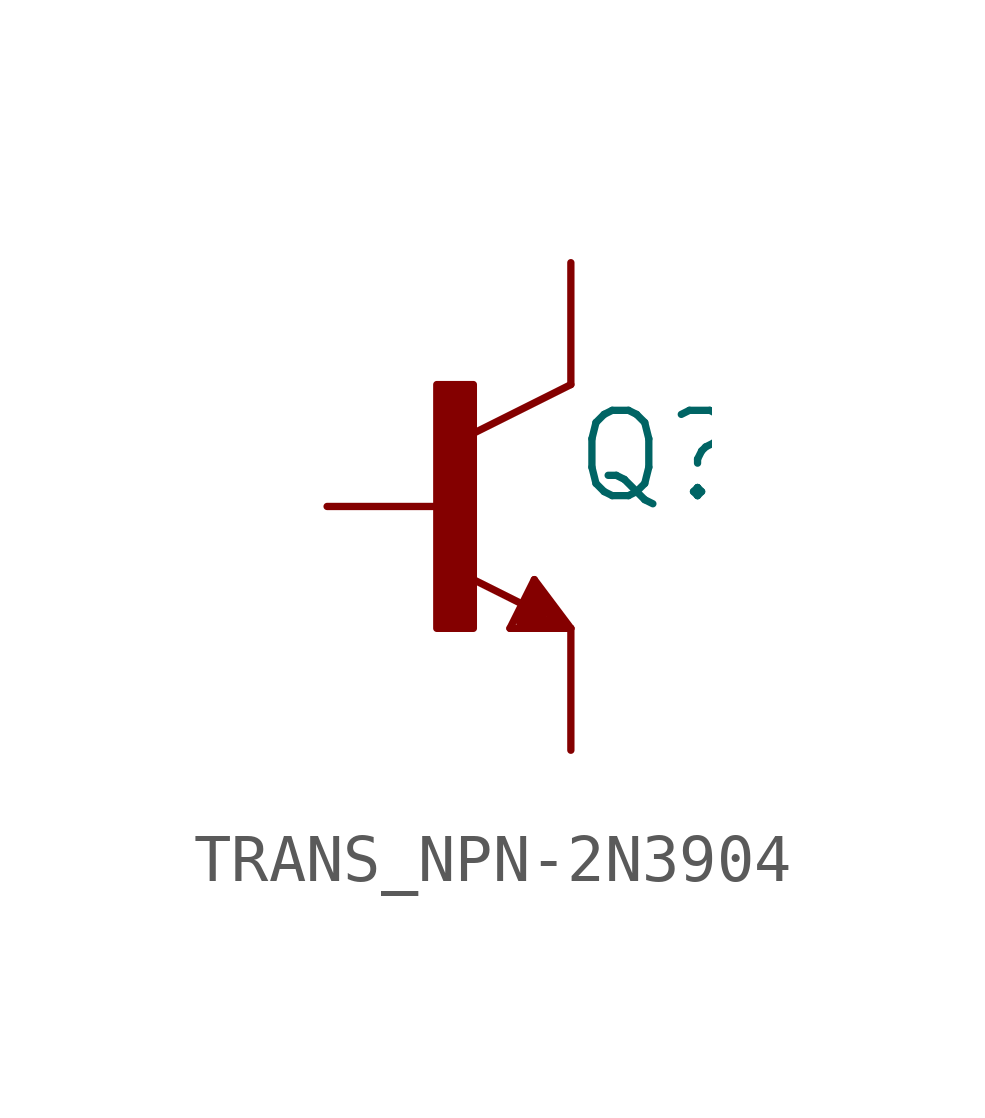
<source format=kicad_sym>
(kicad_symbol_lib
  (version 20241209)
  (generator "kicad_symbol_editor")
  (generator_version "9.0")
  (symbol "TRANS_NPN-2N3904"
    (property "Reference" "Q"
      (at 2.54 0 0)
      (effects (font (size 1.778 1.778)) (justify left bottom)))
    (property "Value" ""
      (at 2.54 -2.286 0)
      (effects (font (size 1.778 1.778)) (justify left bottom)))
    (property "ki_locked" ""
      (at 0 0 0)
      (effects (font (size 1.27 1.27))))
    (symbol "TRANS_NPN-2N3904_1_0"
      (rectangle (start -0.254 -2.54) (end 0.508 2.54) (stroke (width 0) (type default)) (fill (type outline)))
      (polyline (pts (xy 1.27 -2.54) (xy 1.778 -1.524)) (stroke (width 0.152) (type solid)) (fill (type none)))
      (polyline (pts (xy 1.524 -2.286) (xy 1.905 -2.286)) (stroke (width 0.254) (type solid)) (fill (type none)))
      (polyline (pts (xy 1.524 -2.413) (xy 2.286 -2.413)) (stroke (width 0.254) (type solid)) (fill (type none)))
      (polyline (pts (xy 1.54 -2.04) (xy 0.308 -1.424)) (stroke (width 0.152) (type solid)) (fill (type none)))
      (polyline (pts (xy 1.778 -1.524) (xy 2.54 -2.54)) (stroke (width 0.152) (type solid)) (fill (type none)))
      (polyline (pts (xy 1.778 -1.778) (xy 1.524 -2.286)) (stroke (width 0.254) (type solid)) (fill (type none)))
      (polyline (pts (xy 1.905 -2.286) (xy 1.778 -2.032)) (stroke (width 0.254) (type solid)) (fill (type none)))
      (polyline (pts (xy 2.286 -2.413) (xy 1.778 -1.778)) (stroke (width 0.254) (type solid)) (fill (type none)))
      (polyline (pts (xy 2.54 2.54) (xy 0.508 1.524)) (stroke (width 0.152) (type solid)) (fill (type none)))
      (polyline (pts (xy 2.54 -2.54) (xy 1.27 -2.54)) (stroke (width 0.152) (type solid)) (fill (type none)))
      (pin passive line (at -2.54 0 0) (length 2.54) (name "B" (effects (font (size 0 0)))) (number "2" (effects (font (size 0 0)))))
      (pin passive line (at 2.54 5.08 270) (length 2.54) (name "C" (effects (font (size 0 0)))) (number "3" (effects (font (size 0 0)))))
      (pin passive line (at 2.54 -5.08 90) (length 2.54) (name "E" (effects (font (size 0 0)))) (number "1" (effects (font (size 0 0))))))))
</source>
